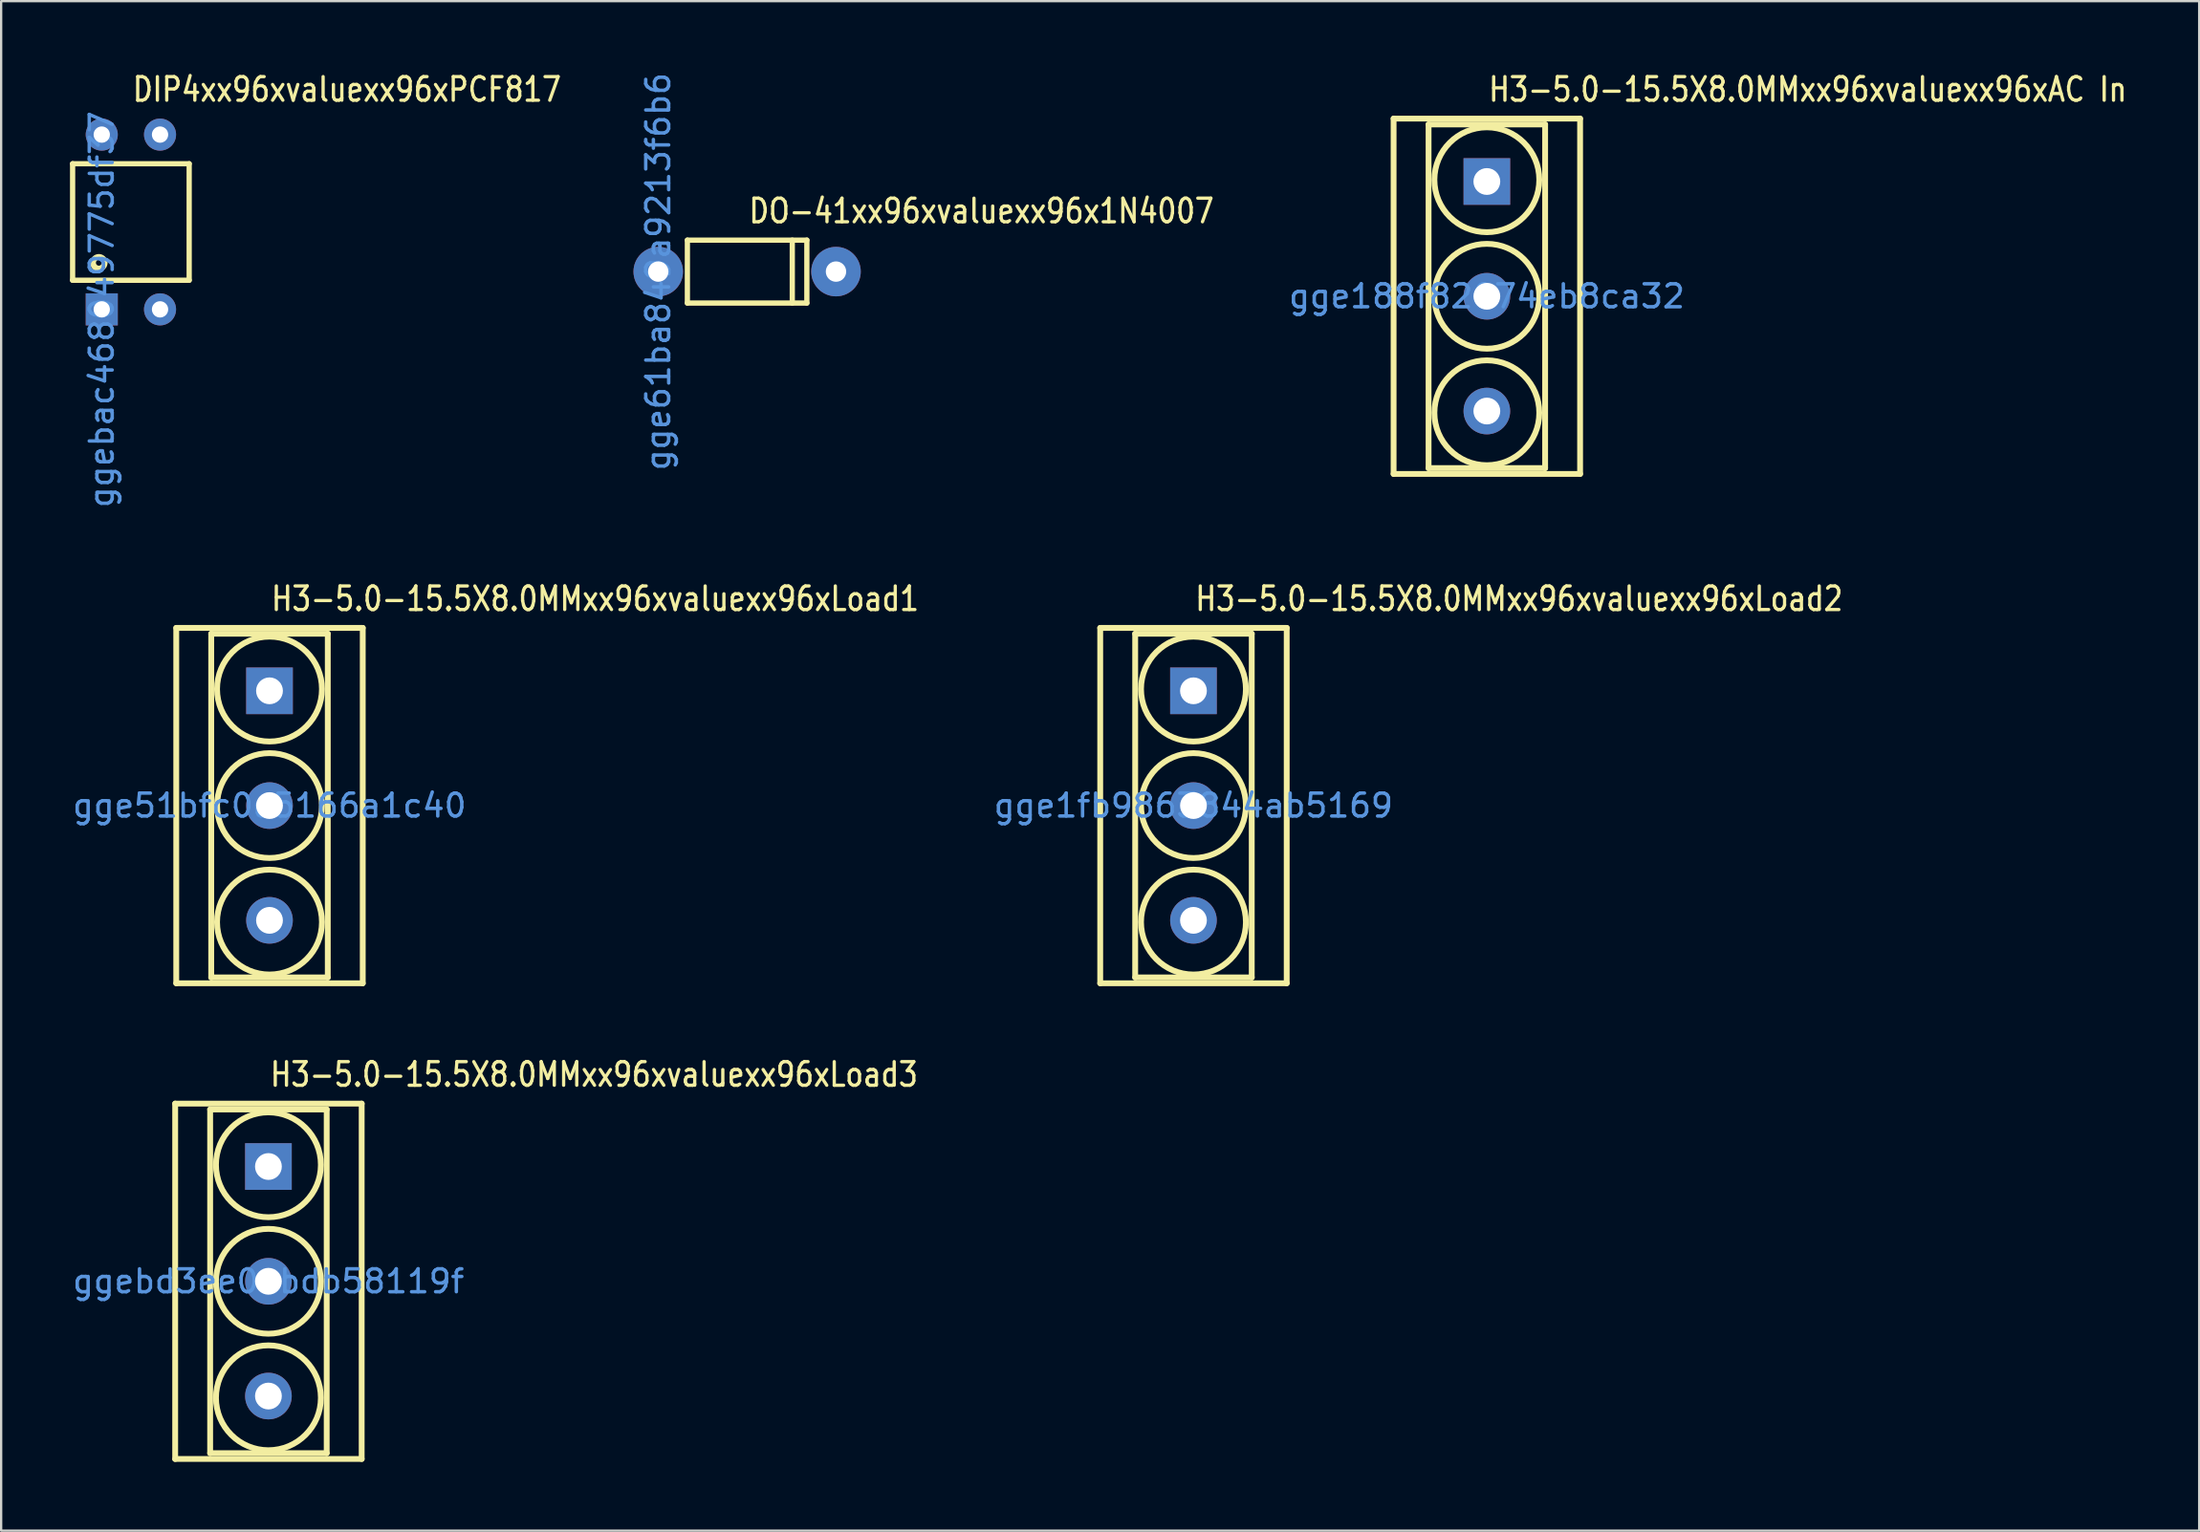
<source format=kicad_pcb>
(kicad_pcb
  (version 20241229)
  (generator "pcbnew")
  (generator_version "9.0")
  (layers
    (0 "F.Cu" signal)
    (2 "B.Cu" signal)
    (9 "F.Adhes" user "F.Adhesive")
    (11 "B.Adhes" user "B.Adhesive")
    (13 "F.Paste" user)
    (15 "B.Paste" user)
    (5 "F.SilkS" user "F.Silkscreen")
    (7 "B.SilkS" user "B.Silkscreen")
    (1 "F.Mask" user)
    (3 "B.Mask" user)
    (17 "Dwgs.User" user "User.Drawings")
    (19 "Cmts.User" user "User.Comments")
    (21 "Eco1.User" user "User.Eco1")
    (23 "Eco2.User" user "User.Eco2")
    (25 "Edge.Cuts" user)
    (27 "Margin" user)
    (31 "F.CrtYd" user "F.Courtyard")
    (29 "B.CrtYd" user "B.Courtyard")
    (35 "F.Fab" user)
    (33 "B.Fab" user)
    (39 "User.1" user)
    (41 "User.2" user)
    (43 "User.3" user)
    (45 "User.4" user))
  (footprint "DIP4xx96xvaluexx96xPCF817"
    (layer "F.Cu")
    (at 1.385 10.439)
    (property "Reference" "DIP4xx96xvaluexx96xPCF817" (at 1.27 -9.588 180) (layer "F.SilkS") (effects (font (size 1.029 0.857) (thickness 0.142)) (justify left)))
    (fp_line (start -1.27 -6.35) (end -1.27 -1.27) (stroke (width 0.229) (type solid)) (layer "F.SilkS"))
    (fp_line (start -1.27 -1.27) (end 3.81 -1.27) (stroke (width 0.229) (type solid)) (layer "F.SilkS"))
    (fp_line (start 3.81 -6.35) (end -1.27 -6.35) (stroke (width 0.229) (type solid)) (layer "F.SilkS"))
    (fp_line (start 3.81 -1.27) (end 3.81 -6.35) (stroke (width 0.229) (type solid)) (layer "F.SilkS"))
    (fp_circle (center -0.127 -2.032) (end 0.127 -2.032) (stroke (width 0.254) (type solid)) (fill no) (layer "F.SilkS"))
    (fp_text user "ggebac468049775df37" (at 0 0 90) (layer "Cmts.User") (effects (font (size 1 1) (thickness 0.15))))
    (pad "1" thru_hole rect (at 0 0) (size 1.397 1.397) (drill 0.711) (layers "*.Cu" "*.Paste" "*.Mask"))
    (pad "2" thru_hole circle (at 2.54 0) (size 1.397 1.397) (drill 0.711) (layers "*.Cu" "*.Paste" "*.Mask"))
    (pad "3" thru_hole circle (at 2.54 -7.62) (size 1.397 1.397) (drill 0.711) (layers "*.Cu" "*.Paste" "*.Mask"))
    (pad "4" thru_hole circle (at 0 -7.62) (size 1.397 1.397) (drill 0.711) (layers "*.Cu" "*.Paste" "*.Mask")))
  (footprint "H3-5.0-15.5X8.0MMxx96xvaluexx96xLoad2"
    (layer "F.Cu")
    (at 48.966 32.075)
    (property "Reference" "H3-5.0-15.5X8.0MMxx96xvaluexx96xLoad2" (at 0 -9.017 0) (layer "F.SilkS") (effects (font (size 1.029 0.857) (thickness 0.142)) (justify left)))
    (fp_line (start -4.064 -7.747) (end 4.064 -7.747) (stroke (width 0.254) (type solid)) (layer "F.SilkS"))
    (fp_line (start -4.064 7.747) (end -4.064 -7.747) (stroke (width 0.254) (type solid)) (layer "F.SilkS"))
    (fp_line (start -2.54 -7.493) (end 2.54 -7.493) (stroke (width 0.254) (type solid)) (layer "F.SilkS"))
    (fp_line (start -2.54 7.493) (end -2.54 -7.493) (stroke (width 0.254) (type solid)) (layer "F.SilkS"))
    (fp_line (start 2.54 -7.493) (end 2.54 7.493) (stroke (width 0.254) (type solid)) (layer "F.SilkS"))
    (fp_line (start 2.54 7.493) (end -2.54 7.493) (stroke (width 0.254) (type solid)) (layer "F.SilkS"))
    (fp_line (start 4.064 -7.747) (end 4.064 7.747) (stroke (width 0.254) (type solid)) (layer "F.SilkS"))
    (fp_line (start 4.064 7.747) (end -4.064 7.747) (stroke (width 0.254) (type solid)) (layer "F.SilkS"))
    (fp_circle (center 0 -5.08) (end 2.286 -5.08) (stroke (width 0.254) (type solid)) (fill no) (layer "F.SilkS"))
    (fp_circle (center 0 0) (end 2.286 0) (stroke (width 0.254) (type solid)) (fill no) (layer "F.SilkS"))
    (fp_circle (center 0 5.08) (end 2.286 5.08) (stroke (width 0.254) (type solid)) (fill no) (layer "F.SilkS"))
    (fp_text user "gge1fb9863844ab5169" (at 0 0 0) (layer "Cmts.User") (effects (font (size 1 1) (thickness 0.15))))
    (pad "1" thru_hole rect (at 0 -5.004) (size 2.032 2.032) (drill 1.168) (layers "*.Cu" "*.Paste" "*.Mask"))
    (pad "2" thru_hole circle (at 0 0) (size 2.032 2.032) (drill 1.168) (layers "*.Cu" "*.Paste" "*.Mask"))
    (pad "3" thru_hole circle (at 0 5.004) (size 2.032 2.032) (drill 1.168) (layers "*.Cu" "*.Paste" "*.Mask")))
  (footprint "H3-5.0-15.5X8.0MMxx96xvaluexx96xLoad3"
    (layer "F.Cu")
    (at 8.649 52.817)
    (property "Reference" "H3-5.0-15.5X8.0MMxx96xvaluexx96xLoad3" (at 0 -9.017 0) (layer "F.SilkS") (effects (font (size 1.029 0.857) (thickness 0.142)) (justify left)))
    (fp_line (start -4.064 -7.747) (end 4.064 -7.747) (stroke (width 0.254) (type solid)) (layer "F.SilkS"))
    (fp_line (start -4.064 7.747) (end -4.064 -7.747) (stroke (width 0.254) (type solid)) (layer "F.SilkS"))
    (fp_line (start -2.54 -7.493) (end 2.54 -7.493) (stroke (width 0.254) (type solid)) (layer "F.SilkS"))
    (fp_line (start -2.54 7.493) (end -2.54 -7.493) (stroke (width 0.254) (type solid)) (layer "F.SilkS"))
    (fp_line (start 2.54 -7.493) (end 2.54 7.493) (stroke (width 0.254) (type solid)) (layer "F.SilkS"))
    (fp_line (start 2.54 7.493) (end -2.54 7.493) (stroke (width 0.254) (type solid)) (layer "F.SilkS"))
    (fp_line (start 4.064 -7.747) (end 4.064 7.747) (stroke (width 0.254) (type solid)) (layer "F.SilkS"))
    (fp_line (start 4.064 7.747) (end -4.064 7.747) (stroke (width 0.254) (type solid)) (layer "F.SilkS"))
    (fp_circle (center 0 -5.08) (end 2.286 -5.08) (stroke (width 0.254) (type solid)) (fill no) (layer "F.SilkS"))
    (fp_circle (center 0 0) (end 2.286 0) (stroke (width 0.254) (type solid)) (fill no) (layer "F.SilkS"))
    (fp_circle (center 0 5.08) (end 2.286 5.08) (stroke (width 0.254) (type solid)) (fill no) (layer "F.SilkS"))
    (fp_text user "ggebd3ee0abdb58119f" (at 0 0 0) (layer "Cmts.User") (effects (font (size 1 1) (thickness 0.15))))
    (pad "1" thru_hole rect (at 0 -5.004) (size 2.032 2.032) (drill 1.168) (layers "*.Cu" "*.Paste" "*.Mask"))
    (pad "2" thru_hole circle (at 0 0) (size 2.032 2.032) (drill 1.168) (layers "*.Cu" "*.Paste" "*.Mask"))
    (pad "3" thru_hole circle (at 0 5.004) (size 2.032 2.032) (drill 1.168) (layers "*.Cu" "*.Paste" "*.Mask")))
  (footprint "DO-41xx96xvaluexx96x1N4007"
    (layer "F.Cu")
    (at 25.639 8.792)
    (property "Reference" "DO-41xx96xvaluexx96x1N4007" (at 3.874 -2.642 180) (layer "F.SilkS") (effects (font (size 1.029 0.857) (thickness 0.142)) (justify left)))
    (fp_line (start 1.27 -1.372) (end 6.477 -1.372) (stroke (width 0.229) (type solid)) (layer "F.SilkS"))
    (fp_line (start 1.27 1.372) (end 1.27 -1.372) (stroke (width 0.229) (type solid)) (layer "F.SilkS"))
    (fp_line (start 5.842 -1.372) (end 5.842 1.372) (stroke (width 0.229) (type solid)) (layer "F.SilkS"))
    (fp_line (start 6.477 -1.372) (end 6.477 1.372) (stroke (width 0.229) (type solid)) (layer "F.SilkS"))
    (fp_line (start 6.477 1.372) (end 1.27 1.372) (stroke (width 0.229) (type solid)) (layer "F.SilkS"))
    (fp_text user "gge61ba849a9213f6b6" (at 0 0 90) (layer "Cmts.User") (effects (font (size 1 1) (thickness 0.15))))
    (pad "1" thru_hole circle (at 0 0) (size 2.159 2.159) (drill 0.889) (layers "*.Cu" "*.Paste" "*.Mask"))
    (pad "2" thru_hole circle (at 7.747 0) (size 2.159 2.159) (drill 0.889) (layers "*.Cu" "*.Paste" "*.Mask")))
  (footprint "H3-5.0-15.5X8.0MMxx96xvaluexx96xAC In"
    (layer "F.Cu")
    (at 61.753 9.868)
    (property "Reference" "H3-5.0-15.5X8.0MMxx96xvaluexx96xAC In" (at 0 -9.017 0) (layer "F.SilkS") (effects (font (size 1.029 0.857) (thickness 0.142)) (justify left)))
    (fp_line (start -4.064 -7.747) (end 4.064 -7.747) (stroke (width 0.254) (type solid)) (layer "F.SilkS"))
    (fp_line (start -4.064 7.747) (end -4.064 -7.747) (stroke (width 0.254) (type solid)) (layer "F.SilkS"))
    (fp_line (start -2.54 -7.493) (end 2.54 -7.493) (stroke (width 0.254) (type solid)) (layer "F.SilkS"))
    (fp_line (start -2.54 7.493) (end -2.54 -7.493) (stroke (width 0.254) (type solid)) (layer "F.SilkS"))
    (fp_line (start 2.54 -7.493) (end 2.54 7.493) (stroke (width 0.254) (type solid)) (layer "F.SilkS"))
    (fp_line (start 2.54 7.493) (end -2.54 7.493) (stroke (width 0.254) (type solid)) (layer "F.SilkS"))
    (fp_line (start 4.064 -7.747) (end 4.064 7.747) (stroke (width 0.254) (type solid)) (layer "F.SilkS"))
    (fp_line (start 4.064 7.747) (end -4.064 7.747) (stroke (width 0.254) (type solid)) (layer "F.SilkS"))
    (fp_circle (center 0 -5.08) (end 2.286 -5.08) (stroke (width 0.254) (type solid)) (fill no) (layer "F.SilkS"))
    (fp_circle (center 0 0) (end 2.286 0) (stroke (width 0.254) (type solid)) (fill no) (layer "F.SilkS"))
    (fp_circle (center 0 5.08) (end 2.286 5.08) (stroke (width 0.254) (type solid)) (fill no) (layer "F.SilkS"))
    (fp_text user "gge188f82074eb8ca32" (at 0 0 0) (layer "Cmts.User") (effects (font (size 1 1) (thickness 0.15))))
    (pad "1" thru_hole rect (at 0 -5.004) (size 2.032 2.032) (drill 1.168) (layers "*.Cu" "*.Paste" "*.Mask"))
    (pad "2" thru_hole circle (at 0 0) (size 2.032 2.032) (drill 1.168) (layers "*.Cu" "*.Paste" "*.Mask"))
    (pad "3" thru_hole circle (at 0 5.004) (size 2.032 2.032) (drill 1.168) (layers "*.Cu" "*.Paste" "*.Mask")))
  (footprint "H3-5.0-15.5X8.0MMxx96xvaluexx96xLoad1"
    (layer "F.Cu")
    (at 8.696 32.075)
    (property "Reference" "H3-5.0-15.5X8.0MMxx96xvaluexx96xLoad1" (at 0 -9.017 0) (layer "F.SilkS") (effects (font (size 1.029 0.857) (thickness 0.142)) (justify left)))
    (fp_line (start -4.064 -7.747) (end 4.064 -7.747) (stroke (width 0.254) (type solid)) (layer "F.SilkS"))
    (fp_line (start -4.064 7.747) (end -4.064 -7.747) (stroke (width 0.254) (type solid)) (layer "F.SilkS"))
    (fp_line (start -2.54 -7.493) (end 2.54 -7.493) (stroke (width 0.254) (type solid)) (layer "F.SilkS"))
    (fp_line (start -2.54 7.493) (end -2.54 -7.493) (stroke (width 0.254) (type solid)) (layer "F.SilkS"))
    (fp_line (start 2.54 -7.493) (end 2.54 7.493) (stroke (width 0.254) (type solid)) (layer "F.SilkS"))
    (fp_line (start 2.54 7.493) (end -2.54 7.493) (stroke (width 0.254) (type solid)) (layer "F.SilkS"))
    (fp_line (start 4.064 -7.747) (end 4.064 7.747) (stroke (width 0.254) (type solid)) (layer "F.SilkS"))
    (fp_line (start 4.064 7.747) (end -4.064 7.747) (stroke (width 0.254) (type solid)) (layer "F.SilkS"))
    (fp_circle (center 0 -5.08) (end 2.286 -5.08) (stroke (width 0.254) (type solid)) (fill no) (layer "F.SilkS"))
    (fp_circle (center 0 0) (end 2.286 0) (stroke (width 0.254) (type solid)) (fill no) (layer "F.SilkS"))
    (fp_circle (center 0 5.08) (end 2.286 5.08) (stroke (width 0.254) (type solid)) (fill no) (layer "F.SilkS"))
    (fp_text user "gge51bfc0e5166a1c40" (at 0 0 0) (layer "Cmts.User") (effects (font (size 1 1) (thickness 0.15))))
    (pad "1" thru_hole rect (at 0 -5.004) (size 2.032 2.032) (drill 1.168) (layers "*.Cu" "*.Paste" "*.Mask"))
    (pad "2" thru_hole circle (at 0 0) (size 2.032 2.032) (drill 1.168) (layers "*.Cu" "*.Paste" "*.Mask"))
    (pad "3" thru_hole circle (at 0 5.004) (size 2.032 2.032) (drill 1.168) (layers "*.Cu" "*.Paste" "*.Mask")))
  (gr_rect
    (start -3 -3)
    (end 92.799 63.691)
    (stroke (width 0.1) (type default))
    (fill no)
    (layer "Edge.Cuts")))
</source>
